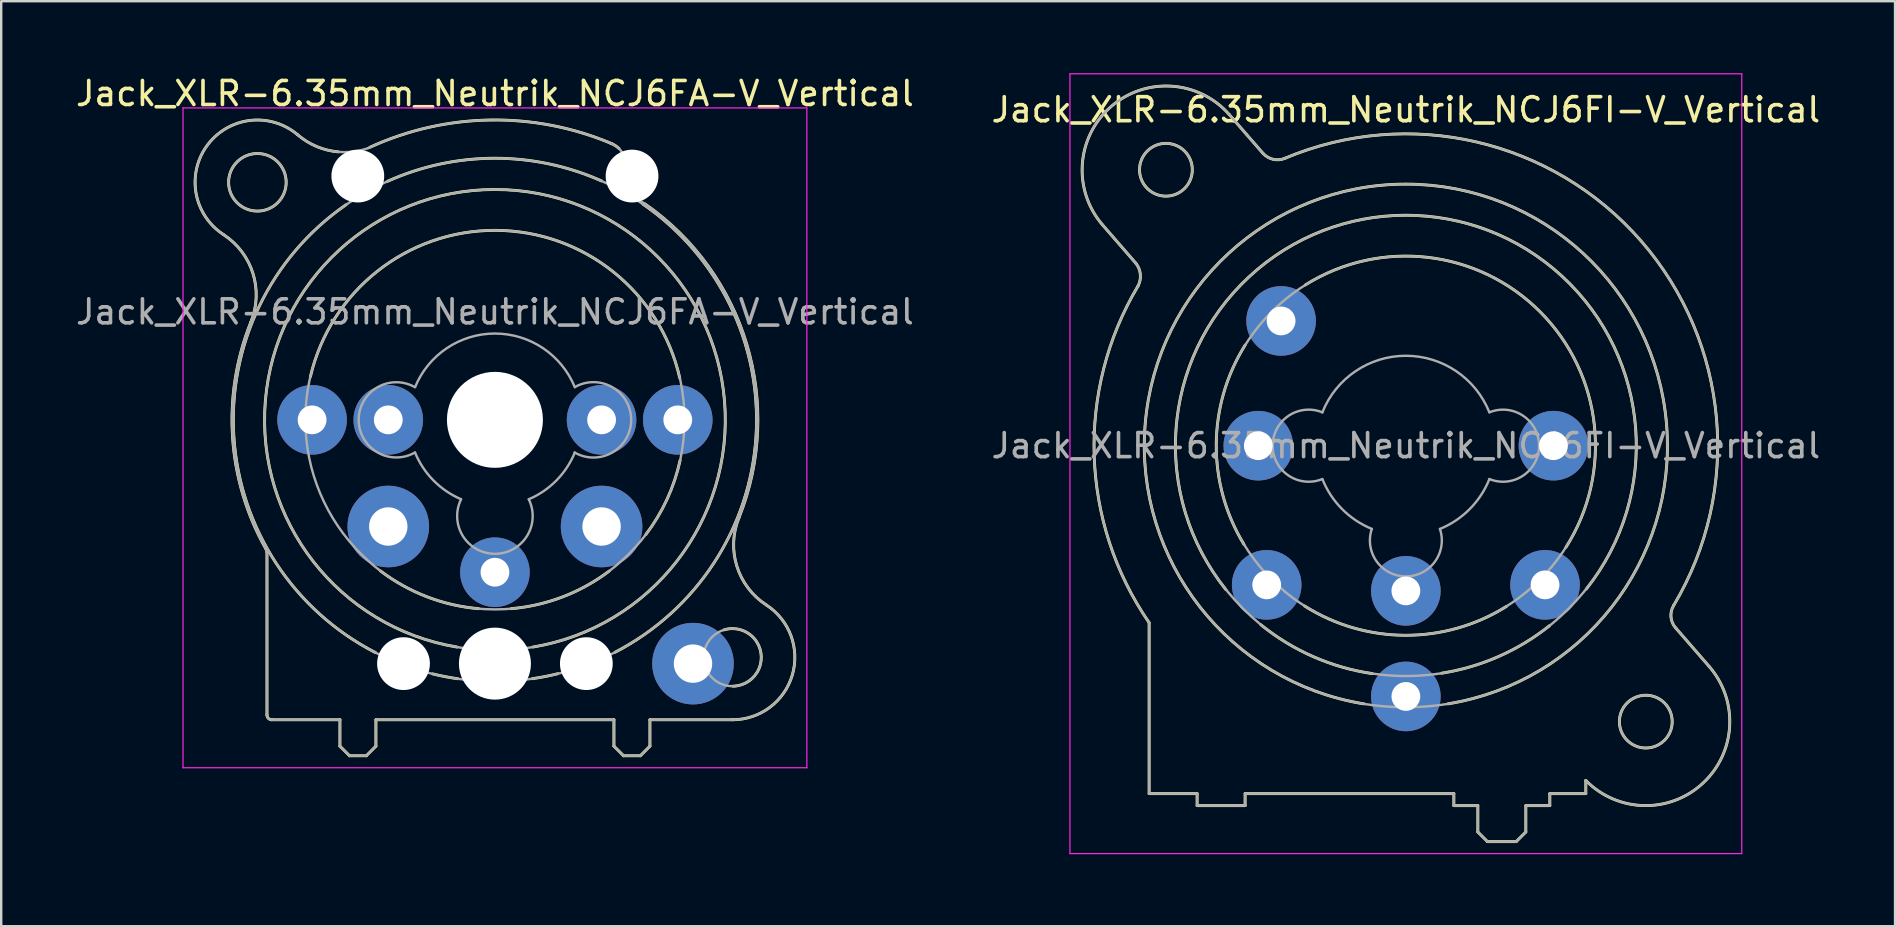
<source format=kicad_pcb>
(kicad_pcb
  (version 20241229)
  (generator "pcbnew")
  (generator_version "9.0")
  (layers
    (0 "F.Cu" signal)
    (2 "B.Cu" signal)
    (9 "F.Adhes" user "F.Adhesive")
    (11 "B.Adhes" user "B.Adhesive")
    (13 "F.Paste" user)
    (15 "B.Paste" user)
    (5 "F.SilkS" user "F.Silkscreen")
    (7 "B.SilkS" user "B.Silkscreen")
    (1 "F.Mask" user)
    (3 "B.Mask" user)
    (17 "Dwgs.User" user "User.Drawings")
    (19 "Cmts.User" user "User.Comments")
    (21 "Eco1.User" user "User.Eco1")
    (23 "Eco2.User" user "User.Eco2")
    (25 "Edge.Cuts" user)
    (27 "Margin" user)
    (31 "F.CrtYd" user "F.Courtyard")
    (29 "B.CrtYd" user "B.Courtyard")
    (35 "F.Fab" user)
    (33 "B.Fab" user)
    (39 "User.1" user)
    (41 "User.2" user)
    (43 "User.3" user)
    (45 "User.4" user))
  (footprint "Jack_XLR-6.35mm_Neutrik_NCJ6FA-V_Vertical"
    (layer "F.Cu")
    (at 25.197 14.448)
    (property "Reference" "Jack_XLR-6.35mm_Neutrik_NCJ6FA-V_Vertical" (at -7.62 -13.6 0) (layer "F.SilkS") (effects (font (size 1 1) (thickness 0.15))))
    (attr through_hole)
    (fp_line (start -17.12 5.51) (end -17.12 12.3) (stroke (width 0.12) (type solid)) (layer "F.SilkS"))
    (fp_line (start -14.08 12.5) (end -16.92 12.5) (stroke (width 0.12) (type solid)) (layer "F.SilkS"))
    (fp_line (start -14.08 12.5) (end -14.08 13.6) (stroke (width 0.12) (type solid)) (layer "F.SilkS"))
    (fp_line (start -13.68 14) (end -14.08 13.6) (stroke (width 0.12) (type solid)) (layer "F.SilkS"))
    (fp_line (start -12.98 14) (end -13.68 14) (stroke (width 0.12) (type solid)) (layer "F.SilkS"))
    (fp_line (start -12.98 14) (end -12.58 13.6) (stroke (width 0.12) (type solid)) (layer "F.SilkS"))
    (fp_line (start -12.58 12.5) (end -12.58 13.6) (stroke (width 0.12) (type solid)) (layer "F.SilkS"))
    (fp_line (start -12.58 12.5) (end -2.66 12.5) (stroke (width 0.12) (type solid)) (layer "F.SilkS"))
    (fp_line (start -2.66 12.5) (end -2.66 13.6) (stroke (width 0.12) (type solid)) (layer "F.SilkS"))
    (fp_line (start -2.26 14) (end -2.66 13.6) (stroke (width 0.12) (type solid)) (layer "F.SilkS"))
    (fp_line (start -1.56 14) (end -2.26 14) (stroke (width 0.12) (type solid)) (layer "F.SilkS"))
    (fp_line (start -1.56 14) (end -1.16 13.6) (stroke (width 0.12) (type solid)) (layer "F.SilkS"))
    (fp_line (start -1.16 12.5) (end -1.16 13.6) (stroke (width 0.12) (type solid)) (layer "F.SilkS"))
    (fp_line (start 2.28 12.5) (end -1.16 12.5) (stroke (width 0.12) (type solid)) (layer "F.SilkS"))
    (fp_arc (start -18.934795 -7.72258) (mid -19.602935 -11.450543) (end -15.84 -11.88) (stroke (width 0.12) (type solid)) (layer "F.SilkS"))
    (fp_arc (start -18.930969 -7.719195) (mid -17.705389 -6.104985) (end -17.79 -4.08) (stroke (width 0.12) (type solid)) (layer "F.SilkS"))
    (fp_arc (start -17.154956 5.397698) (mid -17.130185 5.451579) (end -17.12 5.51) (stroke (width 0.12) (type solid)) (layer "F.SilkS"))
    (fp_arc (start -17.144015 5.419265) (mid -18.552638 0.743459) (end -17.79 -4.08) (stroke (width 0.12) (type solid)) (layer "F.SilkS"))
    (fp_arc (start -16.92 12.5) (mid -17.061421 12.441421) (end -17.12 12.3) (stroke (width 0.12) (type solid)) (layer "F.SilkS"))
    (fp_arc (start -15.31 -1.8) (mid -7.589115 -7.897794) (end 0.083843 -1.739802) (stroke (width 0.12) (type solid)) (layer "F.SilkS"))
    (fp_arc (start -14.148924 -11.168665) (mid -15.050317 -11.391547) (end -15.84 -11.88) (stroke (width 0.12) (type solid)) (layer "F.SilkS"))
    (fp_arc (start -12.835768 -11.357498) (mid -7.808953 -12.496451) (end -2.75 -11.51) (stroke (width 0.12) (type solid)) (layer "F.SilkS"))
    (fp_arc (start -12.6 9.7) (mid -18.500043 0.717682) (end -13.830991 -8.961807) (stroke (width 0.12) (type solid)) (layer "F.SilkS"))
    (fp_arc (start -12.1 -9.94) (mid -7.641178 -10.902915) (end -3.178648 -9.957329) (stroke (width 0.12) (type solid)) (layer "F.SilkS"))
    (fp_arc (start -9.2 9.47) (mid -7.62467 -9.6009) (end -6.030789 9.468459) (stroke (width 0.12) (type solid)) (layer "F.SilkS"))
    (fp_arc (start -9.17 10.79) (mid -9.695239 10.701401) (end -10.215522 10.58725) (stroke (width 0.12) (type solid)) (layer "F.SilkS"))
    (fp_arc (start -8.3 7.87) (mid -10.455796 7.372758) (end -12.389148 6.297184) (stroke (width 0.12) (type solid)) (layer "F.SilkS"))
    (fp_arc (start -5 10.58) (mid -5.529293 10.697184) (end -6.063757 10.787906) (stroke (width 0.12) (type solid)) (layer "F.SilkS"))
    (fp_arc (start -2.850852 6.297184) (mid -4.784204 7.372758) (end -6.94 7.87) (stroke (width 0.12) (type solid)) (layer "F.SilkS"))
    (fp_arc (start -2.789231 -11.524852) (mid -2.608846 -11.434431) (end -2.45 -11.31) (stroke (width 0.12) (type solid)) (layer "F.SilkS"))
    (fp_arc (start -1.45 -8.99) (mid 3.262553 0.677525) (end -2.61272 9.685874) (stroke (width 0.12) (type solid)) (layer "F.SilkS"))
    (fp_arc (start -1.372521 -9.002461) (mid 2.876242 -3.147094) (end 2.55 4.08) (stroke (width 0.12) (type solid)) (layer "F.SilkS"))
    (fp_arc (start 0.097858 1.687355) (mid -0.447404 3.31155) (end -1.33 4.78) (stroke (width 0.12) (type solid)) (layer "F.SilkS"))
    (fp_arc (start 1.932014 8.75139) (mid 3.4657 9.714222) (end 2.3 11.1) (stroke (width 0.12) (type solid)) (layer "F.SilkS"))
    (fp_arc (start 3.687208 7.712208) (mid 2.463871 6.101094) (end 2.55 4.08) (stroke (width 0.12) (type solid)) (layer "F.SilkS"))
    (fp_arc (start 3.696061 7.719457) (mid 4.772931 10.63844) (end 2.28 12.5) (stroke (width 0.12) (type solid)) (layer "F.SilkS"))
    (fp_circle (center -17.52 -9.9) (end -16.32 -9.9) (stroke (width 0.12) (type solid)) (fill no) (layer "F.SilkS"))
    (fp_line (start -20.62 -13) (end 5.38 -13) (stroke (width 0.05) (type solid)) (layer "F.CrtYd"))
    (fp_line (start -20.62 14.5) (end -20.62 -13) (stroke (width 0.05) (type solid)) (layer "F.CrtYd"))
    (fp_line (start 5.38 -13) (end 5.38 14.5) (stroke (width 0.05) (type solid)) (layer "F.CrtYd"))
    (fp_line (start 5.38 14.5) (end -20.62 14.5) (stroke (width 0.05) (type solid)) (layer "F.CrtYd"))
    (fp_line (start -17.12 5.51) (end -17.12 12.3) (stroke (width 0.1) (type solid)) (layer "F.Fab"))
    (fp_line (start -14.08 12.5) (end -16.92 12.5) (stroke (width 0.1) (type solid)) (layer "F.Fab"))
    (fp_line (start -14.08 12.5) (end -14.08 13.6) (stroke (width 0.1) (type solid)) (layer "F.Fab"))
    (fp_line (start -13.68 14) (end -14.08 13.6) (stroke (width 0.1) (type solid)) (layer "F.Fab"))
    (fp_line (start -12.98 14) (end -13.68 14) (stroke (width 0.1) (type solid)) (layer "F.Fab"))
    (fp_line (start -12.98 14) (end -12.58 13.6) (stroke (width 0.1) (type solid)) (layer "F.Fab"))
    (fp_line (start -12.58 12.5) (end -12.58 13.6) (stroke (width 0.1) (type solid)) (layer "F.Fab"))
    (fp_line (start -12.58 12.5) (end -2.66 12.5) (stroke (width 0.1) (type solid)) (layer "F.Fab"))
    (fp_line (start -2.66 12.5) (end -2.66 13.6) (stroke (width 0.1) (type solid)) (layer "F.Fab"))
    (fp_line (start -2.37 -9.82) (end -2.21 -10.22) (stroke (width 0.1) (type solid)) (layer "F.Fab"))
    (fp_line (start -2.26 14) (end -2.66 13.6) (stroke (width 0.1) (type solid)) (layer "F.Fab"))
    (fp_line (start -1.56 14) (end -2.26 14) (stroke (width 0.1) (type solid)) (layer "F.Fab"))
    (fp_line (start -1.56 14) (end -1.16 13.6) (stroke (width 0.1) (type solid)) (layer "F.Fab"))
    (fp_line (start -1.16 12.5) (end -1.16 13.6) (stroke (width 0.1) (type solid)) (layer "F.Fab"))
    (fp_line (start 2.28 12.5) (end -1.16 12.5) (stroke (width 0.1) (type solid)) (layer "F.Fab"))
    (fp_arc (start -18.934795 -7.72258) (mid -19.602935 -11.450543) (end -15.84 -11.88) (stroke (width 0.1) (type solid)) (layer "F.Fab"))
    (fp_arc (start -18.930969 -7.719195) (mid -17.705389 -6.104985) (end -17.79 -4.08) (stroke (width 0.1) (type solid)) (layer "F.Fab"))
    (fp_arc (start -17.154956 5.397698) (mid -17.130185 5.451579) (end -17.12 5.51) (stroke (width 0.1) (type solid)) (layer "F.Fab"))
    (fp_arc (start -17.144015 5.419265) (mid -18.552638 0.743459) (end -17.79 -4.08) (stroke (width 0.1) (type solid)) (layer "F.Fab"))
    (fp_arc (start -16.92 12.5) (mid -17.061421 12.441421) (end -17.12 12.3) (stroke (width 0.1) (type solid)) (layer "F.Fab"))
    (fp_arc (start -12.914931 -11.320809) (mid -7.852572 -12.495716) (end -2.75 -11.51) (stroke (width 0.1) (type solid)) (layer "F.Fab"))
    (fp_arc (start -12.913921 -11.321101) (mid -14.451447 -11.210582) (end -15.84 -11.88) (stroke (width 0.1) (type solid)) (layer "F.Fab"))
    (fp_arc (start -10.954064 1.362323) (mid -13.297799 -0.002341) (end -10.95 -1.36) (stroke (width 0.1) (type solid)) (layer "F.Fab"))
    (fp_arc (start -10.945975 -1.369814) (mid -7.614696 -3.597009) (end -4.29 -1.36) (stroke (width 0.1) (type solid)) (layer "F.Fab"))
    (fp_arc (start -9.036119 3.306525) (mid -10.184888 2.521874) (end -10.95 1.36) (stroke (width 0.1) (type solid)) (layer "F.Fab"))
    (fp_arc (start -6.208725 3.312574) (mid -7.621436 5.584198) (end -9.03 3.31) (stroke (width 0.1) (type solid)) (layer "F.Fab"))
    (fp_arc (start -4.291917 1.36677) (mid -5.059455 2.527411) (end -6.21 3.31) (stroke (width 0.1) (type solid)) (layer "F.Fab"))
    (fp_arc (start -4.284946 -1.368604) (mid -1.941293 0.00867) (end -4.3 1.36) (stroke (width 0.1) (type solid)) (layer "F.Fab"))
    (fp_arc (start -2.752398 -11.51057) (mid -2.22343 -10.97362) (end -2.21 -10.22) (stroke (width 0.1) (type solid)) (layer "F.Fab"))
    (fp_arc (start -2.280824 -9.569143) (mid 2.709976 -3.656075) (end 2.55 4.08) (stroke (width 0.1) (type solid)) (layer "F.Fab"))
    (fp_arc (start -2.264515 -9.56035) (mid -2.366315 -9.670245) (end -2.37 -9.82) (stroke (width 0.1) (type solid)) (layer "F.Fab"))
    (fp_arc (start -2.20715 -10.954211) (mid -1.183963 -10.175931) (end -2.37 -9.68) (stroke (width 0.1) (type solid)) (layer "F.Fab"))
    (fp_arc (start 3.687208 7.712208) (mid 2.463871 6.101094) (end 2.55 4.08) (stroke (width 0.1) (type solid)) (layer "F.Fab"))
    (fp_arc (start 3.696061 7.719457) (mid 4.772931 10.63844) (end 2.28 12.5) (stroke (width 0.1) (type solid)) (layer "F.Fab"))
    (fp_circle (center -17.52 -9.9) (end -16.32 -9.9) (stroke (width 0.1) (type solid)) (fill no) (layer "F.Fab"))
    (fp_circle (center -7.62 0) (end 0.28 0) (stroke (width 0.1) (type solid)) (fill no) (layer "F.Fab"))
    (fp_circle (center -7.62 0) (end 1.98 0) (stroke (width 0.1) (type solid)) (fill no) (layer "F.Fab"))
    (fp_circle (center -7.62 0) (end 3.28 0) (stroke (width 0.1) (type solid)) (fill no) (layer "F.Fab"))
    (fp_circle (center 2.28 9.9) (end 3.48 9.9) (stroke (width 0.1) (type solid)) (fill no) (layer "F.Fab"))
    (fp_text user "${REFERENCE}" (at -7.62 -4.5 0) (layer "F.Fab") (effects (font (size 1 1) (thickness 0.15))))
    (pad "" np_thru_hole circle (at -13.335 -10.16) (size 2.2 2.2) (drill 2.2) (layers "*.Cu" "*.Mask"))
    (pad "" np_thru_hole circle (at -11.43 10.16) (size 2.2 2.2) (drill 2.2) (layers "*.Cu" "*.Mask"))
    (pad "" np_thru_hole circle (at -7.62 0) (size 4 4) (drill 4) (layers "*.Cu" "*.Mask"))
    (pad "" np_thru_hole circle (at -7.62 10.16) (size 3 3) (drill 3) (layers "*.Cu" "*.Mask"))
    (pad "" np_thru_hole circle (at -3.81 10.16) (size 2.2 2.2) (drill 2.2) (layers "*.Cu" "*.Mask"))
    (pad "" np_thru_hole circle (at -1.905 -10.16) (size 2.2 2.2) (drill 2.2) (layers "*.Cu" "*.Mask"))
    (pad "1" thru_hole circle (at 0 0) (size 2.9 2.9) (drill 1.2) (layers "*.Cu" "*.Mask"))
    (pad "2" thru_hole circle (at -15.24 0) (size 2.9 2.9) (drill 1.2) (layers "*.Cu" "*.Mask"))
    (pad "3" thru_hole circle (at -7.62 6.35) (size 2.9 2.9) (drill 1.2) (layers "*.Cu" "*.Mask"))
    (pad "G" thru_hole circle (at 0.635 10.16) (size 3.4 3.4) (drill 1.6) (layers "*.Cu" "*.Mask"))
    (pad "R" thru_hole circle (at -12.065 0) (size 2.9 2.9) (drill 1.2) (layers "*.Cu" "*.Mask"))
    (pad "S" thru_hole circle (at -3.175 0) (size 2.9 2.9) (drill 1.2) (layers "*.Cu" "*.Mask"))
    (pad "T" thru_hole circle (at -12.065 4.445) (size 3.4 3.4) (drill 1.6) (layers "*.Cu" "*.Mask"))
    (pad "T" thru_hole circle (at -3.175 4.445) (size 3.4 3.4) (drill 1.6) (layers "*.Cu" "*.Mask")))
  (footprint "Jack_XLR-6.35mm_Neutrik_NCJ6FI-V_Vertical"
    (layer "F.Cu")
    (at 61.692 15.525)
    (property "Reference" "Jack_XLR-6.35mm_Neutrik_NCJ6FI-V_Vertical" (at -6.15 -14 0) (layer "F.SilkS") (effects (font (size 1 1) (thickness 0.15))))
    (attr through_hole)
    (fp_line (start -17.4 -7.6) (end -18.79 -9.2) (stroke (width 0.12) (type solid)) (layer "F.SilkS"))
    (fp_line (start -16.85 14.5) (end -16.85 7.38) (stroke (width 0.12) (type solid)) (layer "F.SilkS"))
    (fp_line (start -14.85 14.5) (end -16.85 14.5) (stroke (width 0.12) (type solid)) (layer "F.SilkS"))
    (fp_line (start -14.85 14.5) (end -14.85 15) (stroke (width 0.12) (type solid)) (layer "F.SilkS"))
    (fp_line (start -13.51 -13.8) (end -12.11 -12.19) (stroke (width 0.12) (type solid)) (layer "F.SilkS"))
    (fp_line (start -12.85 14.5) (end -12.85 15) (stroke (width 0.12) (type solid)) (layer "F.SilkS"))
    (fp_line (start -12.85 15) (end -14.85 15) (stroke (width 0.12) (type solid)) (layer "F.SilkS"))
    (fp_line (start -4.15 14.5) (end -12.85 14.5) (stroke (width 0.12) (type solid)) (layer "F.SilkS"))
    (fp_line (start -4.15 14.5) (end -4.15 15) (stroke (width 0.12) (type solid)) (layer "F.SilkS"))
    (fp_line (start -3.15 15) (end -4.15 15) (stroke (width 0.12) (type solid)) (layer "F.SilkS"))
    (fp_line (start -3.15 15) (end -3.15 16.1) (stroke (width 0.12) (type solid)) (layer "F.SilkS"))
    (fp_line (start -3.15 16.1) (end -2.75 16.5) (stroke (width 0.12) (type solid)) (layer "F.SilkS"))
    (fp_line (start -1.55 16.5) (end -2.75 16.5) (stroke (width 0.12) (type solid)) (layer "F.SilkS"))
    (fp_line (start -1.15 15) (end -1.15 16.1) (stroke (width 0.12) (type solid)) (layer "F.SilkS"))
    (fp_line (start -1.15 16.1) (end -1.55 16.5) (stroke (width 0.12) (type solid)) (layer "F.SilkS"))
    (fp_line (start -0.15 14.5) (end -0.15 15) (stroke (width 0.12) (type solid)) (layer "F.SilkS"))
    (fp_line (start -0.15 15) (end -1.15 15) (stroke (width 0.12) (type solid)) (layer "F.SilkS"))
    (fp_line (start 1.35 13.95) (end 1.35 14.5) (stroke (width 0.12) (type solid)) (layer "F.SilkS"))
    (fp_line (start 1.35 14.5) (end -0.15 14.5) (stroke (width 0.12) (type solid)) (layer "F.SilkS"))
    (fp_line (start 5.1 7.6) (end 6.49 9.2) (stroke (width 0.12) (type solid)) (layer "F.SilkS"))
    (fp_arc (start -18.79 -9.2) (mid -18.45 -14.14) (end -13.51 -13.8) (stroke (width 0.12) (type solid)) (layer "F.SilkS"))
    (fp_arc (start -17.400452 -7.59955) (mid -17.216295 -7.14315) (end -17.31 -6.66) (stroke (width 0.12) (type solid)) (layer "F.SilkS"))
    (fp_arc (start -16.851206 7.374645) (mid -19.139261 0.42462) (end -17.31 -6.66) (stroke (width 0.12) (type solid)) (layer "F.SilkS"))
    (fp_arc (start -13.65 6) (mid -6.168408 -9.604669) (end 1.372943 5.971208) (stroke (width 0.12) (type solid)) (layer "F.SilkS"))
    (fp_arc (start -12.9 4.11) (mid -14.052663 -0.0501) (end -12.847348 -4.195251) (stroke (width 0.12) (type solid)) (layer "F.SilkS"))
    (fp_arc (start -11.201352 -11.974349) (mid 3.655031 -8.530097) (end 5.01 6.66) (stroke (width 0.12) (type solid)) (layer "F.SilkS"))
    (fp_arc (start -11.177539 -11.981856) (mid -11.677484 -11.93489) (end -12.11 -12.19) (stroke (width 0.12) (type solid)) (layer "F.SilkS"))
    (fp_arc (start -10.34 -6.7) (mid -0.544787 -5.570251) (end 0.523653 4.231839) (stroke (width 0.12) (type solid)) (layer "F.SilkS"))
    (fp_arc (start -7.9 10.76) (mid -6.152346 -10.90138) (end -4.395368 10.759246) (stroke (width 0.12) (type solid)) (layer "F.SilkS"))
    (fp_arc (start -7.55 9.5) (mid -10.007174 8.793873) (end -12.190932 7.464391) (stroke (width 0.12) (type solid)) (layer "F.SilkS"))
    (fp_arc (start -1.96 6.7) (mid -6.167825 7.902264) (end -10.370184 6.681029) (stroke (width 0.12) (type solid)) (layer "F.SilkS"))
    (fp_arc (start -0.16 7.5) (mid -2.282236 8.784674) (end -4.662837 9.482534) (stroke (width 0.12) (type solid)) (layer "F.SilkS"))
    (fp_arc (start 5.109394 7.611661) (mid 4.900255 7.152483) (end 5.01 6.66) (stroke (width 0.12) (type solid)) (layer "F.SilkS"))
    (fp_arc (start 6.49 9.2) (mid 6.227307 14.070606) (end 1.351052 13.95252) (stroke (width 0.12) (type solid)) (layer "F.SilkS"))
    (fp_circle (center -16.15 -11.5) (end -15.05 -11.5) (stroke (width 0.12) (type solid)) (fill no) (layer "F.SilkS"))
    (fp_circle (center 3.85 11.5) (end 4.95 11.5) (stroke (width 0.12) (type solid)) (fill no) (layer "F.SilkS"))
    (fp_line (start -20.15 -15.5) (end 7.85 -15.5) (stroke (width 0.05) (type solid)) (layer "F.CrtYd"))
    (fp_line (start -20.15 17) (end -20.15 -15.5) (stroke (width 0.05) (type solid)) (layer "F.CrtYd"))
    (fp_line (start 7.85 -15.5) (end 7.85 17) (stroke (width 0.05) (type solid)) (layer "F.CrtYd"))
    (fp_line (start 7.85 17) (end -20.15 17) (stroke (width 0.05) (type solid)) (layer "F.CrtYd"))
    (fp_line (start -17.4 -7.6) (end -18.79 -9.2) (stroke (width 0.1) (type solid)) (layer "F.Fab"))
    (fp_line (start -16.85 14.5) (end -16.85 7.38) (stroke (width 0.1) (type solid)) (layer "F.Fab"))
    (fp_line (start -14.85 14.5) (end -16.85 14.5) (stroke (width 0.1) (type solid)) (layer "F.Fab"))
    (fp_line (start -14.85 14.5) (end -14.85 15) (stroke (width 0.1) (type solid)) (layer "F.Fab"))
    (fp_line (start -13.51 -13.8) (end -12.11 -12.19) (stroke (width 0.1) (type solid)) (layer "F.Fab"))
    (fp_line (start -12.85 14.5) (end -12.85 15) (stroke (width 0.1) (type solid)) (layer "F.Fab"))
    (fp_line (start -12.85 15) (end -14.85 15) (stroke (width 0.1) (type solid)) (layer "F.Fab"))
    (fp_line (start -4.15 14.5) (end -12.85 14.5) (stroke (width 0.1) (type solid)) (layer "F.Fab"))
    (fp_line (start -4.15 14.5) (end -4.15 15) (stroke (width 0.1) (type solid)) (layer "F.Fab"))
    (fp_line (start -3.15 15) (end -4.15 15) (stroke (width 0.1) (type solid)) (layer "F.Fab"))
    (fp_line (start -3.15 15) (end -3.15 16.1) (stroke (width 0.1) (type solid)) (layer "F.Fab"))
    (fp_line (start -3.15 16.1) (end -2.75 16.5) (stroke (width 0.1) (type solid)) (layer "F.Fab"))
    (fp_line (start -1.55 16.5) (end -2.75 16.5) (stroke (width 0.1) (type solid)) (layer "F.Fab"))
    (fp_line (start -1.15 15) (end -1.15 16.1) (stroke (width 0.1) (type solid)) (layer "F.Fab"))
    (fp_line (start -1.15 16.1) (end -1.55 16.5) (stroke (width 0.1) (type solid)) (layer "F.Fab"))
    (fp_line (start -0.15 14.5) (end -0.15 15) (stroke (width 0.1) (type solid)) (layer "F.Fab"))
    (fp_line (start -0.15 15) (end -1.15 15) (stroke (width 0.1) (type solid)) (layer "F.Fab"))
    (fp_line (start 1.35 13.95) (end 1.35 14.5) (stroke (width 0.1) (type solid)) (layer "F.Fab"))
    (fp_line (start 1.35 14.5) (end -0.15 14.5) (stroke (width 0.1) (type solid)) (layer "F.Fab"))
    (fp_line (start 5.1 7.6) (end 6.49 9.2) (stroke (width 0.1) (type solid)) (layer "F.Fab"))
    (fp_arc (start -18.79 -9.2) (mid -18.45 -14.14) (end -13.51 -13.8) (stroke (width 0.1) (type solid)) (layer "F.Fab"))
    (fp_arc (start -17.400452 -7.59955) (mid -17.216295 -7.14315) (end -17.31 -6.66) (stroke (width 0.1) (type solid)) (layer "F.Fab"))
    (fp_arc (start -16.851206 7.374645) (mid -19.139261 0.42462) (end -17.31 -6.66) (stroke (width 0.1) (type solid)) (layer "F.Fab"))
    (fp_arc (start -11.201352 -11.974349) (mid 3.655031 -8.530097) (end 5.01 6.66) (stroke (width 0.1) (type solid)) (layer "F.Fab"))
    (fp_arc (start -11.177539 -11.981856) (mid -11.677484 -11.93489) (end -12.11 -12.19) (stroke (width 0.1) (type solid)) (layer "F.Fab"))
    (fp_arc (start -9.634717 1.391925) (mid -11.702329 -0.002547) (end -9.63 -1.39) (stroke (width 0.1) (type solid)) (layer "F.Fab"))
    (fp_arc (start -9.631116 -1.387204) (mid -6.151505 -3.747333) (end -2.67 -1.39) (stroke (width 0.1) (type solid)) (layer "F.Fab"))
    (fp_arc (start -7.567529 3.468878) (mid -8.810241 2.639246) (end -9.63 1.39) (stroke (width 0.1) (type solid)) (layer "F.Fab"))
    (fp_arc (start -4.729599 3.471189) (mid -6.150627 5.448932) (end -7.57 3.47) (stroke (width 0.1) (type solid)) (layer "F.Fab"))
    (fp_arc (start -2.667476 1.389002) (mid -3.487046 2.639314) (end -4.73 3.47) (stroke (width 0.1) (type solid)) (layer "F.Fab"))
    (fp_arc (start -2.665283 -1.391925) (mid -0.597671 0.002547) (end -2.67 1.39) (stroke (width 0.1) (type solid)) (layer "F.Fab"))
    (fp_arc (start 5.109394 7.611661) (mid 4.900255 7.152483) (end 5.01 6.66) (stroke (width 0.1) (type solid)) (layer "F.Fab"))
    (fp_arc (start 6.49 9.2) (mid 6.227307 14.070606) (end 1.351052 13.95252) (stroke (width 0.1) (type solid)) (layer "F.Fab"))
    (fp_circle (center -16.15 -11.5) (end -15.05 -11.5) (stroke (width 0.1) (type solid)) (fill no) (layer "F.Fab"))
    (fp_circle (center -6.15 0) (end 1.75 0) (stroke (width 0.1) (type solid)) (fill no) (layer "F.Fab"))
    (fp_circle (center -6.15 0) (end 3.45 0) (stroke (width 0.1) (type solid)) (fill no) (layer "F.Fab"))
    (fp_circle (center -6.15 0) (end 4.75 0) (stroke (width 0.1) (type solid)) (fill no) (layer "F.Fab"))
    (fp_circle (center 3.85 11.5) (end 4.95 11.5) (stroke (width 0.1) (type solid)) (fill no) (layer "F.Fab"))
    (fp_text user "${REFERENCE}" (at -6.15 0 0) (layer "F.Fab") (effects (font (size 1 1) (thickness 0.15))))
    (pad "1" thru_hole circle (at 0 0) (size 2.9 2.9) (drill 1.2) (layers "*.Cu" "*.Mask"))
    (pad "2" thru_hole circle (at -12.3 0) (size 2.9 2.9) (drill 1.2) (layers "*.Cu" "*.Mask"))
    (pad "3" thru_hole circle (at -6.15 6.05) (size 2.9 2.9) (drill 1.2) (layers "*.Cu" "*.Mask"))
    (pad "G" thru_hole circle (at -6.15 10.45) (size 2.9 2.9) (drill 1.2) (layers "*.Cu" "*.Mask"))
    (pad "R" thru_hole circle (at -0.35 5.8) (size 2.9 2.9) (drill 1.2) (layers "*.Cu" "*.Mask"))
    (pad "S" thru_hole circle (at -11.95 5.8) (size 2.9 2.9) (drill 1.2) (layers "*.Cu" "*.Mask"))
    (pad "T" thru_hole circle (at -11.35 -5.2) (size 2.9 2.9) (drill 1.2) (layers "*.Cu" "*.Mask")))
  (gr_rect
    (start -3 -3)
    (end 75.929 35.55)
    (stroke (width 0.1) (type default))
    (fill no)
    (layer "Edge.Cuts")))
</source>
